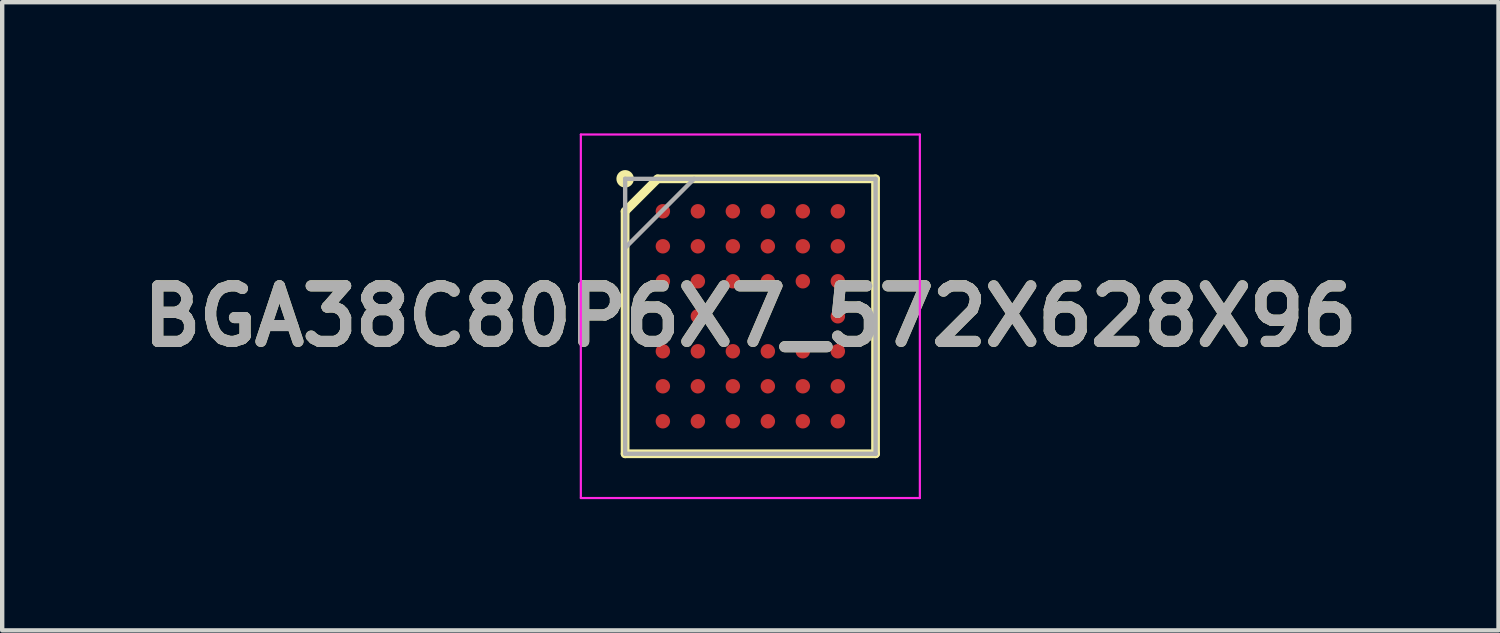
<source format=kicad_pcb>
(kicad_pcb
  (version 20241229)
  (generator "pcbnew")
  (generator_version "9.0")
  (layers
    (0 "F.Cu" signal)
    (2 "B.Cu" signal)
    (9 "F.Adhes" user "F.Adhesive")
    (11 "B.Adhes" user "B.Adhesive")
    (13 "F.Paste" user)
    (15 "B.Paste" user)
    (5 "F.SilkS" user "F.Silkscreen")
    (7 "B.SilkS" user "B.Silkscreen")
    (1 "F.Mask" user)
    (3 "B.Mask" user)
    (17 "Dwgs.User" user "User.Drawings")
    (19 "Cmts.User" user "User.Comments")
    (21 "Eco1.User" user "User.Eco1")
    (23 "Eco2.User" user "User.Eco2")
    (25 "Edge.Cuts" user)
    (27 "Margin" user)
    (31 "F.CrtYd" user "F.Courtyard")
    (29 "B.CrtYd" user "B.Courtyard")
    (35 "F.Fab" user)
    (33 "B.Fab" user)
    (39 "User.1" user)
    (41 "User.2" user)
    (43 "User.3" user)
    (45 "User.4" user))
  (footprint "BGA38C80P6X7_572X628X96"
    (layer "F.Cu")
    (at 14.103 4.18)
    (property "Reference" "BGA38C80P6X7_572X628X96" (at 0 0 0) (layer "F.SilkS") (effects (font (size 1.27 1.27) (thickness 0.254))))
    (attr smd)
    (fp_line (start -2.863 -2.399) (end -2.121 -3.141) (stroke (width 0.2) (type solid)) (layer "F.SilkS"))
    (fp_line (start -2.863 3.143) (end -2.863 -2.399) (stroke (width 0.2) (type solid)) (layer "F.SilkS"))
    (fp_line (start -2.12 -3.142) (end 2.862 -3.142) (stroke (width 0.2) (type solid)) (layer "F.SilkS"))
    (fp_line (start 2.862 -3.142) (end 2.862 3.143) (stroke (width 0.2) (type solid)) (layer "F.SilkS"))
    (fp_line (start 2.862 3.143) (end -2.863 3.143) (stroke (width 0.2) (type solid)) (layer "F.SilkS"))
    (fp_circle (center -2.862 -3.142) (end -2.862 -3.042) (stroke (width 0.2) (type solid)) (fill no) (layer "F.SilkS"))
    (fp_line (start -3.875 -4.155) (end 3.875 -4.155) (stroke (width 0.05) (type solid)) (layer "F.CrtYd"))
    (fp_line (start -3.875 4.155) (end -3.875 -4.155) (stroke (width 0.05) (type solid)) (layer "F.CrtYd"))
    (fp_line (start 3.875 -4.155) (end 3.875 4.155) (stroke (width 0.05) (type solid)) (layer "F.CrtYd"))
    (fp_line (start 3.875 4.155) (end -3.875 4.155) (stroke (width 0.05) (type solid)) (layer "F.CrtYd"))
    (fp_line (start -2.862 -3.142) (end 2.863 -3.142) (stroke (width 0.1) (type solid)) (layer "F.Fab"))
    (fp_line (start -2.862 -1.565) (end -1.284 -3.143) (stroke (width 0.1) (type solid)) (layer "F.Fab"))
    (fp_line (start -2.862 3.143) (end -2.862 -3.142) (stroke (width 0.1) (type solid)) (layer "F.Fab"))
    (fp_line (start 2.863 -3.142) (end 2.863 3.143) (stroke (width 0.1) (type solid)) (layer "F.Fab"))
    (fp_line (start 2.863 3.143) (end -2.862 3.143) (stroke (width 0.1) (type solid)) (layer "F.Fab"))
    (fp_text user "${REFERENCE}" (at 0 0 0) (layer "F.Fab") (effects (font (size 1.27 1.27) (thickness 0.254))))
    (pad "A1" smd circle (at -2 -2.4 90) (size 0.33 0.33) (layers "F.Cu" "F.Mask" "F.Paste"))
    (pad "A2" smd circle (at -1.2 -2.4 90) (size 0.33 0.33) (layers "F.Cu" "F.Mask" "F.Paste"))
    (pad "A3" smd circle (at -0.4 -2.4 90) (size 0.33 0.33) (layers "F.Cu" "F.Mask" "F.Paste"))
    (pad "A4" smd circle (at 0.4 -2.4 90) (size 0.33 0.33) (layers "F.Cu" "F.Mask" "F.Paste"))
    (pad "A5" smd circle (at 1.2 -2.4 90) (size 0.33 0.33) (layers "F.Cu" "F.Mask" "F.Paste"))
    (pad "A6" smd circle (at 2 -2.4 90) (size 0.33 0.33) (layers "F.Cu" "F.Mask" "F.Paste"))
    (pad "B1" smd circle (at -2 -1.6 90) (size 0.33 0.33) (layers "F.Cu" "F.Mask" "F.Paste"))
    (pad "B2" smd circle (at -1.2 -1.6 90) (size 0.33 0.33) (layers "F.Cu" "F.Mask" "F.Paste"))
    (pad "B3" smd circle (at -0.4 -1.6 90) (size 0.33 0.33) (layers "F.Cu" "F.Mask" "F.Paste"))
    (pad "B4" smd circle (at 0.4 -1.6 90) (size 0.33 0.33) (layers "F.Cu" "F.Mask" "F.Paste"))
    (pad "B5" smd circle (at 1.2 -1.6 90) (size 0.33 0.33) (layers "F.Cu" "F.Mask" "F.Paste"))
    (pad "B6" smd circle (at 2 -1.6 90) (size 0.33 0.33) (layers "F.Cu" "F.Mask" "F.Paste"))
    (pad "C1" smd circle (at -2 -0.8 90) (size 0.33 0.33) (layers "F.Cu" "F.Mask" "F.Paste"))
    (pad "C2" smd circle (at -1.2 -0.8 90) (size 0.33 0.33) (layers "F.Cu" "F.Mask" "F.Paste"))
    (pad "C3" smd circle (at -0.4 -0.8 90) (size 0.33 0.33) (layers "F.Cu" "F.Mask" "F.Paste"))
    (pad "C4" smd circle (at 0.4 -0.8 90) (size 0.33 0.33) (layers "F.Cu" "F.Mask" "F.Paste"))
    (pad "C5" smd circle (at 1.2 -0.8 90) (size 0.33 0.33) (layers "F.Cu" "F.Mask" "F.Paste"))
    (pad "C6" smd circle (at 2 -0.8 90) (size 0.33 0.33) (layers "F.Cu" "F.Mask" "F.Paste"))
    (pad "D2" smd circle (at -1.2 0 90) (size 0.33 0.33) (layers "F.Cu" "F.Mask" "F.Paste"))
    (pad "D6" smd circle (at 2 0 90) (size 0.33 0.33) (layers "F.Cu" "F.Mask" "F.Paste"))
    (pad "E1" smd circle (at -2 0.8 90) (size 0.33 0.33) (layers "F.Cu" "F.Mask" "F.Paste"))
    (pad "E2" smd circle (at -1.2 0.8 90) (size 0.33 0.33) (layers "F.Cu" "F.Mask" "F.Paste"))
    (pad "E3" smd circle (at -0.4 0.8 90) (size 0.33 0.33) (layers "F.Cu" "F.Mask" "F.Paste"))
    (pad "E4" smd circle (at 0.4 0.8 90) (size 0.33 0.33) (layers "F.Cu" "F.Mask" "F.Paste"))
    (pad "E5" smd circle (at 1.2 0.8 90) (size 0.33 0.33) (layers "F.Cu" "F.Mask" "F.Paste"))
    (pad "E6" smd circle (at 2 0.8 90) (size 0.33 0.33) (layers "F.Cu" "F.Mask" "F.Paste"))
    (pad "F1" smd circle (at -2 1.6 90) (size 0.33 0.33) (layers "F.Cu" "F.Mask" "F.Paste"))
    (pad "F2" smd circle (at -1.2 1.6 90) (size 0.33 0.33) (layers "F.Cu" "F.Mask" "F.Paste"))
    (pad "F3" smd circle (at -0.4 1.6 90) (size 0.33 0.33) (layers "F.Cu" "F.Mask" "F.Paste"))
    (pad "F4" smd circle (at 0.4 1.6 90) (size 0.33 0.33) (layers "F.Cu" "F.Mask" "F.Paste"))
    (pad "F5" smd circle (at 1.2 1.6 90) (size 0.33 0.33) (layers "F.Cu" "F.Mask" "F.Paste"))
    (pad "F6" smd circle (at 2 1.6 90) (size 0.33 0.33) (layers "F.Cu" "F.Mask" "F.Paste"))
    (pad "G1" smd circle (at -2 2.4 90) (size 0.33 0.33) (layers "F.Cu" "F.Mask" "F.Paste"))
    (pad "G2" smd circle (at -1.2 2.4 90) (size 0.33 0.33) (layers "F.Cu" "F.Mask" "F.Paste"))
    (pad "G3" smd circle (at -0.4 2.4 90) (size 0.33 0.33) (layers "F.Cu" "F.Mask" "F.Paste"))
    (pad "G4" smd circle (at 0.4 2.4 90) (size 0.33 0.33) (layers "F.Cu" "F.Mask" "F.Paste"))
    (pad "G5" smd circle (at 1.2 2.4 90) (size 0.33 0.33) (layers "F.Cu" "F.Mask" "F.Paste"))
    (pad "G6" smd circle (at 2 2.4 90) (size 0.33 0.33) (layers "F.Cu" "F.Mask" "F.Paste")))
  (gr_rect
    (start -3 -3)
    (end 31.206 11.36)
    (stroke (width 0.1) (type default))
    (fill no)
    (layer "Edge.Cuts")))
</source>
